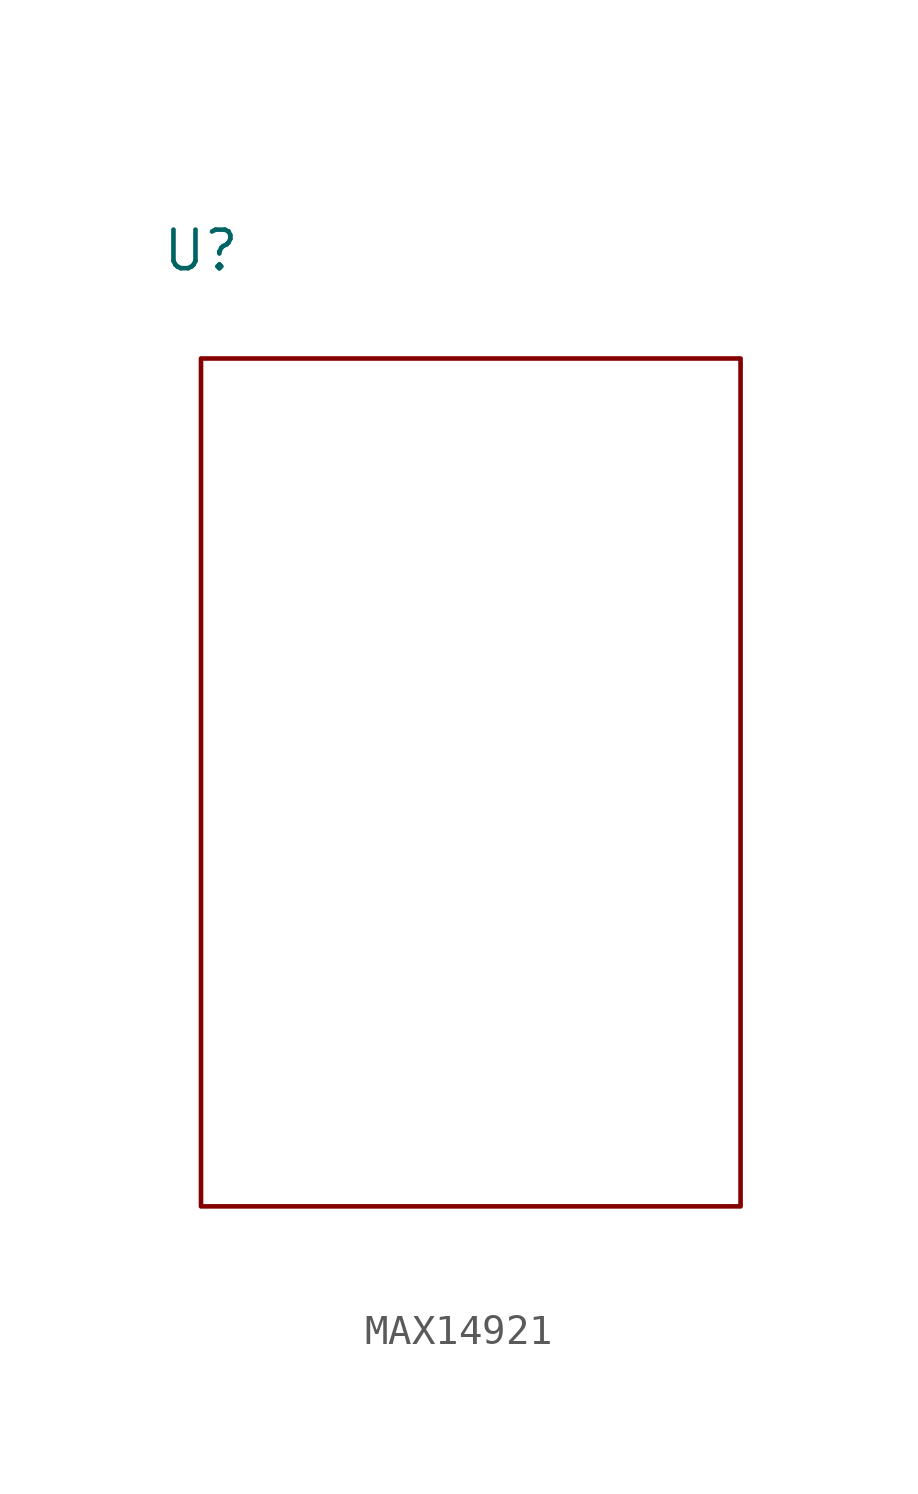
<source format=kicad_sym>
(kicad_symbol_lib
  (version 20241209)
  (generator "kicad_symbol_editor")
  (generator_version "9.0")
  (symbol "MAX14921"
    (property "Reference" "U"
      (at -8.89 16.256 0)
      (effects (font (size 1.27 1.27))))
    (property "Value" ""
      (at 0 0 0)
      (effects (font (size 1.27 1.27))))
    (symbol "MAX14921_0_1"
      (rectangle (start -8.89 12.7) (end 8.89 -15.24) (stroke (width 0) (type default)) (fill (type none))))))
</source>
